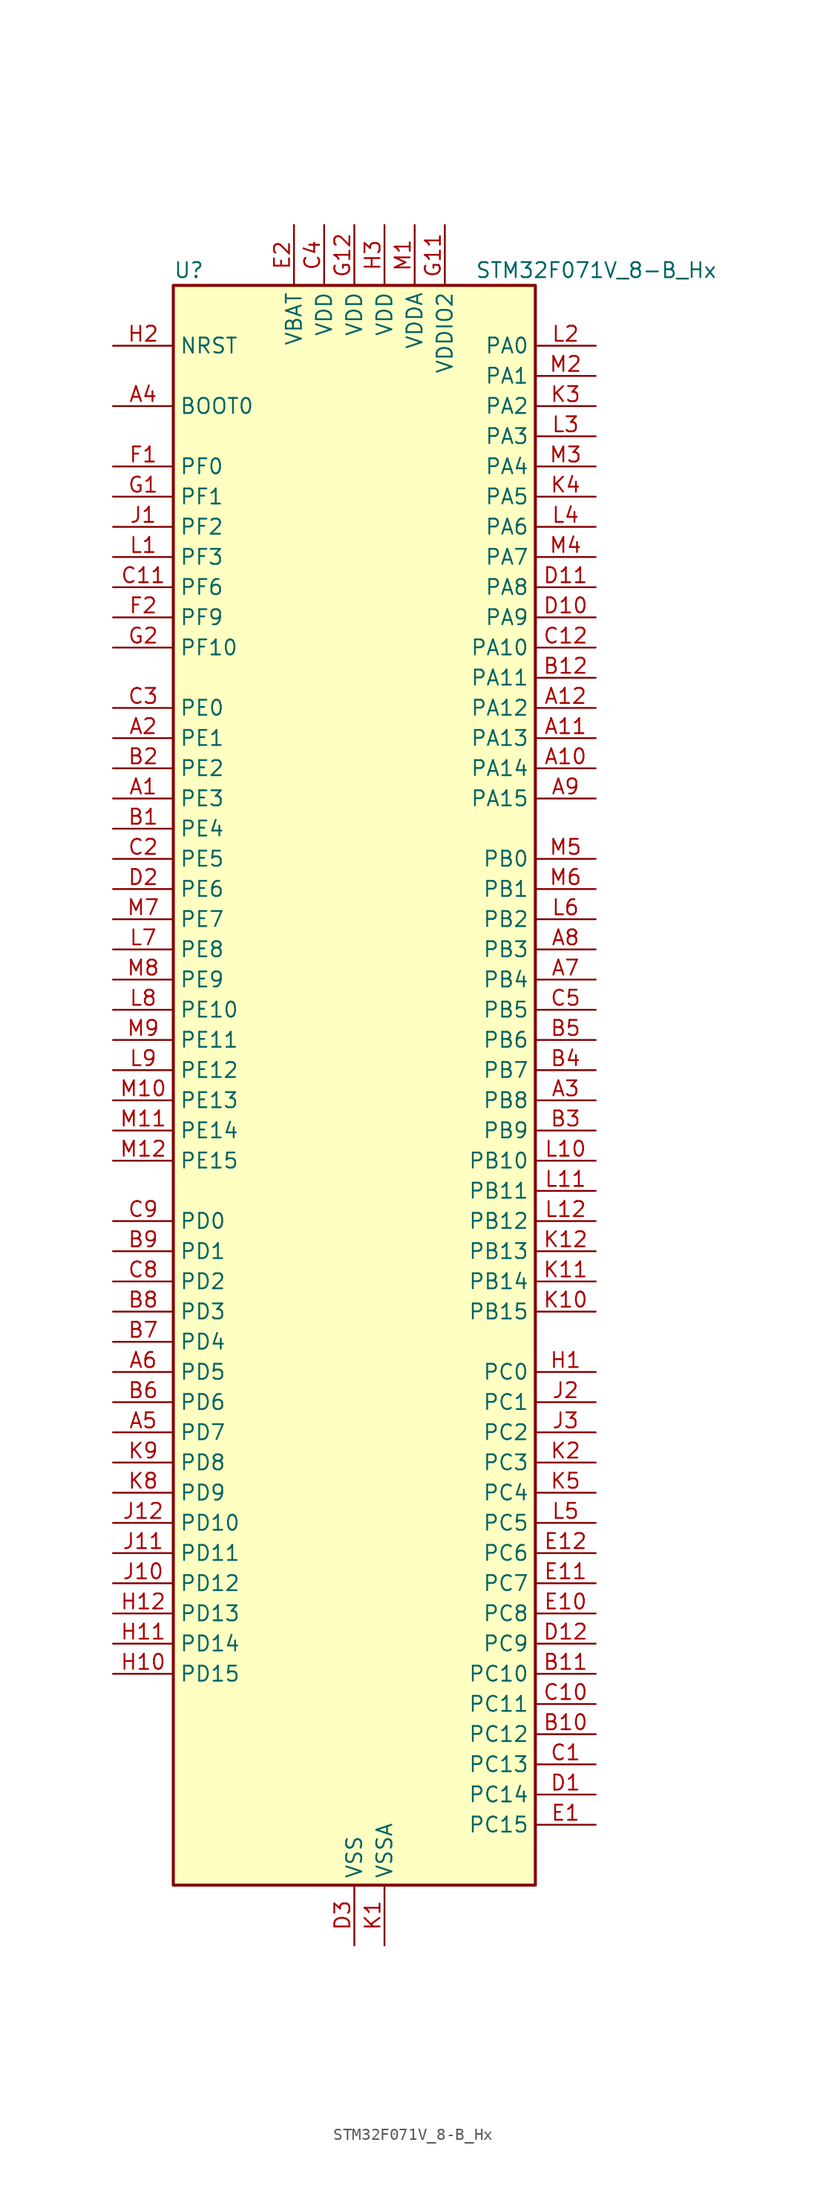
<source format=kicad_sym>
(kicad_symbol_lib
  (version 20241209)
  (generator "kicad_symbol_editor")
  (generator_version "9.0")
  (symbol "STM32F071V_8-B_Hx"
    (property "Reference" "U"
      (at -15.24 69.85 0)
      (effects (font (size 1.27 1.27)) (justify left)))
    (property "Value" "STM32F071V_8-B_Hx"
      (at 10.16 69.85 0)
      (effects (font (size 1.27 1.27)) (justify left)))
    (symbol "STM32F071V_8-B_Hx_0_1"
      (rectangle (start -15.24 -66.04) (end 15.24 68.58) (stroke (width 0.254) (type default)) (fill (type background))))
    (symbol "STM32F071V_8-B_Hx_1_1"
      (pin input line (at -20.32 63.5 0) (length 5.08) (name "NRST" (effects (font (size 1.27 1.27)))) (number "H2" (effects (font (size 1.27 1.27)))))
      (pin input line (at -20.32 58.42 0) (length 5.08) (name "BOOT0" (effects (font (size 1.27 1.27)))) (number "A4" (effects (font (size 1.27 1.27)))))
      (pin bidirectional line (at -20.32 53.34 0) (length 5.08) (name "PF0" (effects (font (size 1.27 1.27)))) (number "F1" (effects (font (size 1.27 1.27)))) (alternate "CRS_SYNC" bidirectional line) (alternate "RCC_OSC_IN" bidirectional line))
      (pin bidirectional line (at -20.32 50.8 0) (length 5.08) (name "PF1" (effects (font (size 1.27 1.27)))) (number "G1" (effects (font (size 1.27 1.27)))) (alternate "RCC_OSC_OUT" bidirectional line))
      (pin bidirectional line (at -20.32 48.26 0) (length 5.08) (name "PF2" (effects (font (size 1.27 1.27)))) (number "J1" (effects (font (size 1.27 1.27)))) (alternate "SYS_WKUP8" bidirectional line))
      (pin bidirectional line (at -20.32 45.72 0) (length 5.08) (name "PF3" (effects (font (size 1.27 1.27)))) (number "L1" (effects (font (size 1.27 1.27)))))
      (pin bidirectional line (at -20.32 43.18 0) (length 5.08) (name "PF6" (effects (font (size 1.27 1.27)))) (number "C11" (effects (font (size 1.27 1.27)))))
      (pin bidirectional line (at -20.32 40.64 0) (length 5.08) (name "PF9" (effects (font (size 1.27 1.27)))) (number "F2" (effects (font (size 1.27 1.27)))) (alternate "DAC_EXTI9" bidirectional line) (alternate "TIM15_CH1" bidirectional line))
      (pin bidirectional line (at -20.32 38.1 0) (length 5.08) (name "PF10" (effects (font (size 1.27 1.27)))) (number "G2" (effects (font (size 1.27 1.27)))) (alternate "TIM15_CH2" bidirectional line))
      (pin bidirectional line (at -20.32 33.02 0) (length 5.08) (name "PE0" (effects (font (size 1.27 1.27)))) (number "C3" (effects (font (size 1.27 1.27)))) (alternate "TIM16_CH1" bidirectional line))
      (pin bidirectional line (at -20.32 30.48 0) (length 5.08) (name "PE1" (effects (font (size 1.27 1.27)))) (number "A2" (effects (font (size 1.27 1.27)))) (alternate "TIM17_CH1" bidirectional line))
      (pin bidirectional line (at -20.32 27.94 0) (length 5.08) (name "PE2" (effects (font (size 1.27 1.27)))) (number "B2" (effects (font (size 1.27 1.27)))) (alternate "TIM3_ETR" bidirectional line) (alternate "TSC_G7_IO1" bidirectional line))
      (pin bidirectional line (at -20.32 25.4 0) (length 5.08) (name "PE3" (effects (font (size 1.27 1.27)))) (number "A1" (effects (font (size 1.27 1.27)))) (alternate "TIM3_CH1" bidirectional line) (alternate "TSC_G7_IO2" bidirectional line))
      (pin bidirectional line (at -20.32 22.86 0) (length 5.08) (name "PE4" (effects (font (size 1.27 1.27)))) (number "B1" (effects (font (size 1.27 1.27)))) (alternate "TIM3_CH2" bidirectional line) (alternate "TSC_G7_IO3" bidirectional line))
      (pin bidirectional line (at -20.32 20.32 0) (length 5.08) (name "PE5" (effects (font (size 1.27 1.27)))) (number "C2" (effects (font (size 1.27 1.27)))) (alternate "TIM3_CH3" bidirectional line) (alternate "TSC_G7_IO4" bidirectional line))
      (pin bidirectional line (at -20.32 17.78 0) (length 5.08) (name "PE6" (effects (font (size 1.27 1.27)))) (number "D2" (effects (font (size 1.27 1.27)))) (alternate "RTC_TAMP3" bidirectional line) (alternate "SYS_WKUP3" bidirectional line) (alternate "TIM3_CH4" bidirectional line))
      (pin bidirectional line (at -20.32 15.24 0) (length 5.08) (name "PE7" (effects (font (size 1.27 1.27)))) (number "M7" (effects (font (size 1.27 1.27)))) (alternate "TIM1_ETR" bidirectional line))
      (pin bidirectional line (at -20.32 12.7 0) (length 5.08) (name "PE8" (effects (font (size 1.27 1.27)))) (number "L7" (effects (font (size 1.27 1.27)))) (alternate "TIM1_CH1N" bidirectional line))
      (pin bidirectional line (at -20.32 10.16 0) (length 5.08) (name "PE9" (effects (font (size 1.27 1.27)))) (number "M8" (effects (font (size 1.27 1.27)))) (alternate "DAC_EXTI9" bidirectional line) (alternate "TIM1_CH1" bidirectional line))
      (pin bidirectional line (at -20.32 7.62 0) (length 5.08) (name "PE10" (effects (font (size 1.27 1.27)))) (number "L8" (effects (font (size 1.27 1.27)))) (alternate "TIM1_CH2N" bidirectional line))
      (pin bidirectional line (at -20.32 5.08 0) (length 5.08) (name "PE11" (effects (font (size 1.27 1.27)))) (number "M9" (effects (font (size 1.27 1.27)))) (alternate "TIM1_CH2" bidirectional line))
      (pin bidirectional line (at -20.32 2.54 0) (length 5.08) (name "PE12" (effects (font (size 1.27 1.27)))) (number "L9" (effects (font (size 1.27 1.27)))) (alternate "I2S1_WS" bidirectional line) (alternate "SPI1_NSS" bidirectional line) (alternate "TIM1_CH3N" bidirectional line))
      (pin bidirectional line (at -20.32 0 0) (length 5.08) (name "PE13" (effects (font (size 1.27 1.27)))) (number "M10" (effects (font (size 1.27 1.27)))) (alternate "I2S1_CK" bidirectional line) (alternate "SPI1_SCK" bidirectional line) (alternate "TIM1_CH3" bidirectional line))
      (pin bidirectional line (at -20.32 -2.54 0) (length 5.08) (name "PE14" (effects (font (size 1.27 1.27)))) (number "M11" (effects (font (size 1.27 1.27)))) (alternate "I2S1_MCK" bidirectional line) (alternate "SPI1_MISO" bidirectional line) (alternate "TIM1_CH4" bidirectional line))
      (pin bidirectional line (at -20.32 -5.08 0) (length 5.08) (name "PE15" (effects (font (size 1.27 1.27)))) (number "M12" (effects (font (size 1.27 1.27)))) (alternate "I2S1_SD" bidirectional line) (alternate "SPI1_MOSI" bidirectional line) (alternate "TIM1_BKIN" bidirectional line))
      (pin bidirectional line (at -20.32 -10.16 0) (length 5.08) (name "PD0" (effects (font (size 1.27 1.27)))) (number "C9" (effects (font (size 1.27 1.27)))) (alternate "I2S2_WS" bidirectional line) (alternate "SPI2_NSS" bidirectional line))
      (pin bidirectional line (at -20.32 -12.7 0) (length 5.08) (name "PD1" (effects (font (size 1.27 1.27)))) (number "B9" (effects (font (size 1.27 1.27)))) (alternate "I2S2_CK" bidirectional line) (alternate "SPI2_SCK" bidirectional line))
      (pin bidirectional line (at -20.32 -15.24 0) (length 5.08) (name "PD2" (effects (font (size 1.27 1.27)))) (number "C8" (effects (font (size 1.27 1.27)))) (alternate "TIM3_ETR" bidirectional line) (alternate "USART3_DE" bidirectional line) (alternate "USART3_RTS" bidirectional line))
      (pin bidirectional line (at -20.32 -17.78 0) (length 5.08) (name "PD3" (effects (font (size 1.27 1.27)))) (number "B8" (effects (font (size 1.27 1.27)))) (alternate "I2S2_MCK" bidirectional line) (alternate "SPI2_MISO" bidirectional line) (alternate "USART2_CTS" bidirectional line))
      (pin bidirectional line (at -20.32 -20.32 0) (length 5.08) (name "PD4" (effects (font (size 1.27 1.27)))) (number "B7" (effects (font (size 1.27 1.27)))) (alternate "I2S2_SD" bidirectional line) (alternate "SPI2_MOSI" bidirectional line) (alternate "USART2_DE" bidirectional line) (alternate "USART2_RTS" bidirectional line))
      (pin bidirectional line (at -20.32 -22.86 0) (length 5.08) (name "PD5" (effects (font (size 1.27 1.27)))) (number "A6" (effects (font (size 1.27 1.27)))) (alternate "USART2_TX" bidirectional line))
      (pin bidirectional line (at -20.32 -25.4 0) (length 5.08) (name "PD6" (effects (font (size 1.27 1.27)))) (number "B6" (effects (font (size 1.27 1.27)))) (alternate "USART2_RX" bidirectional line))
      (pin bidirectional line (at -20.32 -27.94 0) (length 5.08) (name "PD7" (effects (font (size 1.27 1.27)))) (number "A5" (effects (font (size 1.27 1.27)))) (alternate "USART2_CK" bidirectional line))
      (pin bidirectional line (at -20.32 -30.48 0) (length 5.08) (name "PD8" (effects (font (size 1.27 1.27)))) (number "K9" (effects (font (size 1.27 1.27)))) (alternate "USART3_TX" bidirectional line))
      (pin bidirectional line (at -20.32 -33.02 0) (length 5.08) (name "PD9" (effects (font (size 1.27 1.27)))) (number "K8" (effects (font (size 1.27 1.27)))) (alternate "DAC_EXTI9" bidirectional line) (alternate "USART3_RX" bidirectional line))
      (pin bidirectional line (at -20.32 -35.56 0) (length 5.08) (name "PD10" (effects (font (size 1.27 1.27)))) (number "J12" (effects (font (size 1.27 1.27)))) (alternate "USART3_CK" bidirectional line))
      (pin bidirectional line (at -20.32 -38.1 0) (length 5.08) (name "PD11" (effects (font (size 1.27 1.27)))) (number "J11" (effects (font (size 1.27 1.27)))) (alternate "USART3_CTS" bidirectional line))
      (pin bidirectional line (at -20.32 -40.64 0) (length 5.08) (name "PD12" (effects (font (size 1.27 1.27)))) (number "J10" (effects (font (size 1.27 1.27)))) (alternate "TSC_G8_IO1" bidirectional line) (alternate "USART3_DE" bidirectional line) (alternate "USART3_RTS" bidirectional line))
      (pin bidirectional line (at -20.32 -43.18 0) (length 5.08) (name "PD13" (effects (font (size 1.27 1.27)))) (number "H12" (effects (font (size 1.27 1.27)))) (alternate "TSC_G8_IO2" bidirectional line))
      (pin bidirectional line (at -20.32 -45.72 0) (length 5.08) (name "PD14" (effects (font (size 1.27 1.27)))) (number "H11" (effects (font (size 1.27 1.27)))) (alternate "TSC_G8_IO3" bidirectional line))
      (pin bidirectional line (at -20.32 -48.26 0) (length 5.08) (name "PD15" (effects (font (size 1.27 1.27)))) (number "H10" (effects (font (size 1.27 1.27)))) (alternate "CRS_SYNC" bidirectional line) (alternate "TSC_G8_IO4" bidirectional line))
      (pin no_connect line (at -15.24 -66.04 0) (length 5.08) (hide yes) (name "NC" (effects (font (size 1.27 1.27)))) (number "E3" (effects (font (size 1.27 1.27)))))
      (pin power_in line (at -5.08 73.66 270) (length 5.08) (name "VBAT" (effects (font (size 1.27 1.27)))) (number "E2" (effects (font (size 1.27 1.27)))))
      (pin power_in line (at -2.54 73.66 270) (length 5.08) (name "VDD" (effects (font (size 1.27 1.27)))) (number "C4" (effects (font (size 1.27 1.27)))))
      (pin power_in line (at 0 73.66 270) (length 5.08) (name "VDD" (effects (font (size 1.27 1.27)))) (number "G12" (effects (font (size 1.27 1.27)))))
      (pin power_in line (at 0 -71.12 90) (length 5.08) (name "VSS" (effects (font (size 1.27 1.27)))) (number "D3" (effects (font (size 1.27 1.27)))))
      (pin passive line (at 0 -71.12 90) (length 5.08) (hide yes) (name "VSS" (effects (font (size 1.27 1.27)))) (number "F11" (effects (font (size 1.27 1.27)))))
      (pin passive line (at 0 -71.12 90) (length 5.08) (hide yes) (name "VSS" (effects (font (size 1.27 1.27)))) (number "F12" (effects (font (size 1.27 1.27)))))
      (pin power_in line (at 2.54 73.66 270) (length 5.08) (name "VDD" (effects (font (size 1.27 1.27)))) (number "H3" (effects (font (size 1.27 1.27)))))
      (pin power_in line (at 2.54 -71.12 90) (length 5.08) (name "VSSA" (effects (font (size 1.27 1.27)))) (number "K1" (effects (font (size 1.27 1.27)))))
      (pin power_in line (at 5.08 73.66 270) (length 5.08) (name "VDDA" (effects (font (size 1.27 1.27)))) (number "M1" (effects (font (size 1.27 1.27)))))
      (pin power_in line (at 7.62 73.66 270) (length 5.08) (name "VDDIO2" (effects (font (size 1.27 1.27)))) (number "G11" (effects (font (size 1.27 1.27)))))
      (pin bidirectional line (at 20.32 63.5 180) (length 5.08) (name "PA0" (effects (font (size 1.27 1.27)))) (number "L2" (effects (font (size 1.27 1.27)))) (alternate "ADC_IN0" bidirectional line) (alternate "COMP1_INM" bidirectional line) (alternate "COMP1_OUT" bidirectional line) (alternate "RTC_TAMP2" bidirectional line) (alternate "SYS_WKUP1" bidirectional line) (alternate "TIM2_CH1" bidirectional line) (alternate "TIM2_ETR" bidirectional line) (alternate "TSC_G1_IO1" bidirectional line) (alternate "USART2_CTS" bidirectional line) (alternate "USART4_TX" bidirectional line))
      (pin bidirectional line (at 20.32 60.96 180) (length 5.08) (name "PA1" (effects (font (size 1.27 1.27)))) (number "M2" (effects (font (size 1.27 1.27)))) (alternate "ADC_IN1" bidirectional line) (alternate "COMP1_INP" bidirectional line) (alternate "TIM15_CH1N" bidirectional line) (alternate "TIM2_CH2" bidirectional line) (alternate "TSC_G1_IO2" bidirectional line) (alternate "USART2_DE" bidirectional line) (alternate "USART2_RTS" bidirectional line) (alternate "USART4_RX" bidirectional line))
      (pin bidirectional line (at 20.32 58.42 180) (length 5.08) (name "PA2" (effects (font (size 1.27 1.27)))) (number "K3" (effects (font (size 1.27 1.27)))) (alternate "ADC_IN2" bidirectional line) (alternate "COMP2_INM" bidirectional line) (alternate "COMP2_OUT" bidirectional line) (alternate "SYS_WKUP4" bidirectional line) (alternate "TIM15_CH1" bidirectional line) (alternate "TIM2_CH3" bidirectional line) (alternate "TSC_G1_IO3" bidirectional line) (alternate "USART2_TX" bidirectional line))
      (pin bidirectional line (at 20.32 55.88 180) (length 5.08) (name "PA3" (effects (font (size 1.27 1.27)))) (number "L3" (effects (font (size 1.27 1.27)))) (alternate "ADC_IN3" bidirectional line) (alternate "COMP2_INP" bidirectional line) (alternate "TIM15_CH2" bidirectional line) (alternate "TIM2_CH4" bidirectional line) (alternate "TSC_G1_IO4" bidirectional line) (alternate "USART2_RX" bidirectional line))
      (pin bidirectional line (at 20.32 53.34 180) (length 5.08) (name "PA4" (effects (font (size 1.27 1.27)))) (number "M3" (effects (font (size 1.27 1.27)))) (alternate "ADC_IN4" bidirectional line) (alternate "COMP1_INM" bidirectional line) (alternate "COMP2_INM" bidirectional line) (alternate "DAC_OUT1" bidirectional line) (alternate "I2S1_WS" bidirectional line) (alternate "SPI1_NSS" bidirectional line) (alternate "TIM14_CH1" bidirectional line) (alternate "TSC_G2_IO1" bidirectional line) (alternate "USART2_CK" bidirectional line))
      (pin bidirectional line (at 20.32 50.8 180) (length 5.08) (name "PA5" (effects (font (size 1.27 1.27)))) (number "K4" (effects (font (size 1.27 1.27)))) (alternate "ADC_IN5" bidirectional line) (alternate "CEC" bidirectional line) (alternate "COMP1_INM" bidirectional line) (alternate "COMP2_INM" bidirectional line) (alternate "DAC_OUT2" bidirectional line) (alternate "I2S1_CK" bidirectional line) (alternate "SPI1_SCK" bidirectional line) (alternate "TIM2_CH1" bidirectional line) (alternate "TIM2_ETR" bidirectional line) (alternate "TSC_G2_IO2" bidirectional line))
      (pin bidirectional line (at 20.32 48.26 180) (length 5.08) (name "PA6" (effects (font (size 1.27 1.27)))) (number "L4" (effects (font (size 1.27 1.27)))) (alternate "ADC_IN6" bidirectional line) (alternate "COMP1_OUT" bidirectional line) (alternate "I2S1_MCK" bidirectional line) (alternate "SPI1_MISO" bidirectional line) (alternate "TIM16_CH1" bidirectional line) (alternate "TIM1_BKIN" bidirectional line) (alternate "TIM3_CH1" bidirectional line) (alternate "TSC_G2_IO3" bidirectional line) (alternate "USART3_CTS" bidirectional line))
      (pin bidirectional line (at 20.32 45.72 180) (length 5.08) (name "PA7" (effects (font (size 1.27 1.27)))) (number "M4" (effects (font (size 1.27 1.27)))) (alternate "ADC_IN7" bidirectional line) (alternate "COMP2_OUT" bidirectional line) (alternate "I2S1_SD" bidirectional line) (alternate "SPI1_MOSI" bidirectional line) (alternate "TIM14_CH1" bidirectional line) (alternate "TIM17_CH1" bidirectional line) (alternate "TIM1_CH1N" bidirectional line) (alternate "TIM3_CH2" bidirectional line) (alternate "TSC_G2_IO4" bidirectional line))
      (pin bidirectional line (at 20.32 43.18 180) (length 5.08) (name "PA8" (effects (font (size 1.27 1.27)))) (number "D11" (effects (font (size 1.27 1.27)))) (alternate "CRS_SYNC" bidirectional line) (alternate "RCC_MCO" bidirectional line) (alternate "TIM1_CH1" bidirectional line) (alternate "USART1_CK" bidirectional line))
      (pin bidirectional line (at 20.32 40.64 180) (length 5.08) (name "PA9" (effects (font (size 1.27 1.27)))) (number "D10" (effects (font (size 1.27 1.27)))) (alternate "DAC_EXTI9" bidirectional line) (alternate "TIM15_BKIN" bidirectional line) (alternate "TIM1_CH2" bidirectional line) (alternate "TSC_G4_IO1" bidirectional line) (alternate "USART1_TX" bidirectional line))
      (pin bidirectional line (at 20.32 38.1 180) (length 5.08) (name "PA10" (effects (font (size 1.27 1.27)))) (number "C12" (effects (font (size 1.27 1.27)))) (alternate "TIM17_BKIN" bidirectional line) (alternate "TIM1_CH3" bidirectional line) (alternate "TSC_G4_IO2" bidirectional line) (alternate "USART1_RX" bidirectional line))
      (pin bidirectional line (at 20.32 35.56 180) (length 5.08) (name "PA11" (effects (font (size 1.27 1.27)))) (number "B12" (effects (font (size 1.27 1.27)))) (alternate "COMP1_OUT" bidirectional line) (alternate "TIM1_CH4" bidirectional line) (alternate "TSC_G4_IO3" bidirectional line) (alternate "USART1_CTS" bidirectional line))
      (pin bidirectional line (at 20.32 33.02 180) (length 5.08) (name "PA12" (effects (font (size 1.27 1.27)))) (number "A12" (effects (font (size 1.27 1.27)))) (alternate "COMP2_OUT" bidirectional line) (alternate "TIM1_ETR" bidirectional line) (alternate "TSC_G4_IO4" bidirectional line) (alternate "USART1_DE" bidirectional line) (alternate "USART1_RTS" bidirectional line))
      (pin bidirectional line (at 20.32 30.48 180) (length 5.08) (name "PA13" (effects (font (size 1.27 1.27)))) (number "A11" (effects (font (size 1.27 1.27)))) (alternate "IR_OUT" bidirectional line) (alternate "SYS_SWDIO" bidirectional line))
      (pin bidirectional line (at 20.32 27.94 180) (length 5.08) (name "PA14" (effects (font (size 1.27 1.27)))) (number "A10" (effects (font (size 1.27 1.27)))) (alternate "SYS_SWCLK" bidirectional line) (alternate "USART2_TX" bidirectional line))
      (pin bidirectional line (at 20.32 25.4 180) (length 5.08) (name "PA15" (effects (font (size 1.27 1.27)))) (number "A9" (effects (font (size 1.27 1.27)))) (alternate "I2S1_WS" bidirectional line) (alternate "SPI1_NSS" bidirectional line) (alternate "TIM2_CH1" bidirectional line) (alternate "TIM2_ETR" bidirectional line) (alternate "USART2_RX" bidirectional line) (alternate "USART4_DE" bidirectional line) (alternate "USART4_RTS" bidirectional line))
      (pin bidirectional line (at 20.32 20.32 180) (length 5.08) (name "PB0" (effects (font (size 1.27 1.27)))) (number "M5" (effects (font (size 1.27 1.27)))) (alternate "ADC_IN8" bidirectional line) (alternate "TIM1_CH2N" bidirectional line) (alternate "TIM3_CH3" bidirectional line) (alternate "TSC_G3_IO2" bidirectional line) (alternate "USART3_CK" bidirectional line))
      (pin bidirectional line (at 20.32 17.78 180) (length 5.08) (name "PB1" (effects (font (size 1.27 1.27)))) (number "M6" (effects (font (size 1.27 1.27)))) (alternate "ADC_IN9" bidirectional line) (alternate "TIM14_CH1" bidirectional line) (alternate "TIM1_CH3N" bidirectional line) (alternate "TIM3_CH4" bidirectional line) (alternate "TSC_G3_IO3" bidirectional line) (alternate "USART3_DE" bidirectional line) (alternate "USART3_RTS" bidirectional line))
      (pin bidirectional line (at 20.32 15.24 180) (length 5.08) (name "PB2" (effects (font (size 1.27 1.27)))) (number "L6" (effects (font (size 1.27 1.27)))) (alternate "TSC_G3_IO4" bidirectional line))
      (pin bidirectional line (at 20.32 12.7 180) (length 5.08) (name "PB3" (effects (font (size 1.27 1.27)))) (number "A8" (effects (font (size 1.27 1.27)))) (alternate "I2S1_CK" bidirectional line) (alternate "SPI1_SCK" bidirectional line) (alternate "TIM2_CH2" bidirectional line) (alternate "TSC_G5_IO1" bidirectional line))
      (pin bidirectional line (at 20.32 10.16 180) (length 5.08) (name "PB4" (effects (font (size 1.27 1.27)))) (number "A7" (effects (font (size 1.27 1.27)))) (alternate "I2S1_MCK" bidirectional line) (alternate "SPI1_MISO" bidirectional line) (alternate "TIM17_BKIN" bidirectional line) (alternate "TIM3_CH1" bidirectional line) (alternate "TSC_G5_IO2" bidirectional line))
      (pin bidirectional line (at 20.32 7.62 180) (length 5.08) (name "PB5" (effects (font (size 1.27 1.27)))) (number "C5" (effects (font (size 1.27 1.27)))) (alternate "I2C1_SMBA" bidirectional line) (alternate "I2S1_SD" bidirectional line) (alternate "SPI1_MOSI" bidirectional line) (alternate "SYS_WKUP6" bidirectional line) (alternate "TIM16_BKIN" bidirectional line) (alternate "TIM3_CH2" bidirectional line))
      (pin bidirectional line (at 20.32 5.08 180) (length 5.08) (name "PB6" (effects (font (size 1.27 1.27)))) (number "B5" (effects (font (size 1.27 1.27)))) (alternate "I2C1_SCL" bidirectional line) (alternate "TIM16_CH1N" bidirectional line) (alternate "TSC_G5_IO3" bidirectional line) (alternate "USART1_TX" bidirectional line))
      (pin bidirectional line (at 20.32 2.54 180) (length 5.08) (name "PB7" (effects (font (size 1.27 1.27)))) (number "B4" (effects (font (size 1.27 1.27)))) (alternate "I2C1_SDA" bidirectional line) (alternate "TIM17_CH1N" bidirectional line) (alternate "TSC_G5_IO4" bidirectional line) (alternate "USART1_RX" bidirectional line) (alternate "USART4_CTS" bidirectional line))
      (pin bidirectional line (at 20.32 0 180) (length 5.08) (name "PB8" (effects (font (size 1.27 1.27)))) (number "A3" (effects (font (size 1.27 1.27)))) (alternate "CEC" bidirectional line) (alternate "I2C1_SCL" bidirectional line) (alternate "TIM16_CH1" bidirectional line) (alternate "TSC_SYNC" bidirectional line))
      (pin bidirectional line (at 20.32 -2.54 180) (length 5.08) (name "PB9" (effects (font (size 1.27 1.27)))) (number "B3" (effects (font (size 1.27 1.27)))) (alternate "DAC_EXTI9" bidirectional line) (alternate "I2C1_SDA" bidirectional line) (alternate "I2S2_WS" bidirectional line) (alternate "IR_OUT" bidirectional line) (alternate "SPI2_NSS" bidirectional line) (alternate "TIM17_CH1" bidirectional line))
      (pin bidirectional line (at 20.32 -5.08 180) (length 5.08) (name "PB10" (effects (font (size 1.27 1.27)))) (number "L10" (effects (font (size 1.27 1.27)))) (alternate "CEC" bidirectional line) (alternate "I2C2_SCL" bidirectional line) (alternate "I2S2_CK" bidirectional line) (alternate "SPI2_SCK" bidirectional line) (alternate "TIM2_CH3" bidirectional line) (alternate "TSC_SYNC" bidirectional line) (alternate "USART3_TX" bidirectional line))
      (pin bidirectional line (at 20.32 -7.62 180) (length 5.08) (name "PB11" (effects (font (size 1.27 1.27)))) (number "L11" (effects (font (size 1.27 1.27)))) (alternate "I2C2_SDA" bidirectional line) (alternate "TIM2_CH4" bidirectional line) (alternate "TSC_G6_IO1" bidirectional line) (alternate "USART3_RX" bidirectional line))
      (pin bidirectional line (at 20.32 -10.16 180) (length 5.08) (name "PB12" (effects (font (size 1.27 1.27)))) (number "L12" (effects (font (size 1.27 1.27)))) (alternate "I2S2_WS" bidirectional line) (alternate "SPI2_NSS" bidirectional line) (alternate "TIM15_BKIN" bidirectional line) (alternate "TIM1_BKIN" bidirectional line) (alternate "TSC_G6_IO2" bidirectional line) (alternate "USART3_CK" bidirectional line))
      (pin bidirectional line (at 20.32 -12.7 180) (length 5.08) (name "PB13" (effects (font (size 1.27 1.27)))) (number "K12" (effects (font (size 1.27 1.27)))) (alternate "I2C2_SCL" bidirectional line) (alternate "I2S2_CK" bidirectional line) (alternate "SPI2_SCK" bidirectional line) (alternate "TIM1_CH1N" bidirectional line) (alternate "TSC_G6_IO3" bidirectional line) (alternate "USART3_CTS" bidirectional line))
      (pin bidirectional line (at 20.32 -15.24 180) (length 5.08) (name "PB14" (effects (font (size 1.27 1.27)))) (number "K11" (effects (font (size 1.27 1.27)))) (alternate "I2C2_SDA" bidirectional line) (alternate "I2S2_MCK" bidirectional line) (alternate "SPI2_MISO" bidirectional line) (alternate "TIM15_CH1" bidirectional line) (alternate "TIM1_CH2N" bidirectional line) (alternate "TSC_G6_IO4" bidirectional line) (alternate "USART3_DE" bidirectional line) (alternate "USART3_RTS" bidirectional line))
      (pin bidirectional line (at 20.32 -17.78 180) (length 5.08) (name "PB15" (effects (font (size 1.27 1.27)))) (number "K10" (effects (font (size 1.27 1.27)))) (alternate "I2S2_SD" bidirectional line) (alternate "RTC_REFIN" bidirectional line) (alternate "SPI2_MOSI" bidirectional line) (alternate "SYS_WKUP7" bidirectional line) (alternate "TIM15_CH1N" bidirectional line) (alternate "TIM15_CH2" bidirectional line) (alternate "TIM1_CH3N" bidirectional line))
      (pin bidirectional line (at 20.32 -22.86 180) (length 5.08) (name "PC0" (effects (font (size 1.27 1.27)))) (number "H1" (effects (font (size 1.27 1.27)))) (alternate "ADC_IN10" bidirectional line))
      (pin bidirectional line (at 20.32 -25.4 180) (length 5.08) (name "PC1" (effects (font (size 1.27 1.27)))) (number "J2" (effects (font (size 1.27 1.27)))) (alternate "ADC_IN11" bidirectional line))
      (pin bidirectional line (at 20.32 -27.94 180) (length 5.08) (name "PC2" (effects (font (size 1.27 1.27)))) (number "J3" (effects (font (size 1.27 1.27)))) (alternate "ADC_IN12" bidirectional line) (alternate "I2S2_MCK" bidirectional line) (alternate "SPI2_MISO" bidirectional line))
      (pin bidirectional line (at 20.32 -30.48 180) (length 5.08) (name "PC3" (effects (font (size 1.27 1.27)))) (number "K2" (effects (font (size 1.27 1.27)))) (alternate "ADC_IN13" bidirectional line) (alternate "I2S2_SD" bidirectional line) (alternate "SPI2_MOSI" bidirectional line))
      (pin bidirectional line (at 20.32 -33.02 180) (length 5.08) (name "PC4" (effects (font (size 1.27 1.27)))) (number "K5" (effects (font (size 1.27 1.27)))) (alternate "ADC_IN14" bidirectional line) (alternate "USART3_TX" bidirectional line))
      (pin bidirectional line (at 20.32 -35.56 180) (length 5.08) (name "PC5" (effects (font (size 1.27 1.27)))) (number "L5" (effects (font (size 1.27 1.27)))) (alternate "ADC_IN15" bidirectional line) (alternate "SYS_WKUP5" bidirectional line) (alternate "TSC_G3_IO1" bidirectional line) (alternate "USART3_RX" bidirectional line))
      (pin bidirectional line (at 20.32 -38.1 180) (length 5.08) (name "PC6" (effects (font (size 1.27 1.27)))) (number "E12" (effects (font (size 1.27 1.27)))) (alternate "TIM3_CH1" bidirectional line))
      (pin bidirectional line (at 20.32 -40.64 180) (length 5.08) (name "PC7" (effects (font (size 1.27 1.27)))) (number "E11" (effects (font (size 1.27 1.27)))) (alternate "TIM3_CH2" bidirectional line))
      (pin bidirectional line (at 20.32 -43.18 180) (length 5.08) (name "PC8" (effects (font (size 1.27 1.27)))) (number "E10" (effects (font (size 1.27 1.27)))) (alternate "TIM3_CH3" bidirectional line))
      (pin bidirectional line (at 20.32 -45.72 180) (length 5.08) (name "PC9" (effects (font (size 1.27 1.27)))) (number "D12" (effects (font (size 1.27 1.27)))) (alternate "DAC_EXTI9" bidirectional line) (alternate "TIM3_CH4" bidirectional line))
      (pin bidirectional line (at 20.32 -48.26 180) (length 5.08) (name "PC10" (effects (font (size 1.27 1.27)))) (number "B11" (effects (font (size 1.27 1.27)))) (alternate "USART3_TX" bidirectional line) (alternate "USART4_TX" bidirectional line))
      (pin bidirectional line (at 20.32 -50.8 180) (length 5.08) (name "PC11" (effects (font (size 1.27 1.27)))) (number "C10" (effects (font (size 1.27 1.27)))) (alternate "USART3_RX" bidirectional line) (alternate "USART4_RX" bidirectional line))
      (pin bidirectional line (at 20.32 -53.34 180) (length 5.08) (name "PC12" (effects (font (size 1.27 1.27)))) (number "B10" (effects (font (size 1.27 1.27)))) (alternate "USART3_CK" bidirectional line) (alternate "USART4_CK" bidirectional line))
      (pin bidirectional line (at 20.32 -55.88 180) (length 5.08) (name "PC13" (effects (font (size 1.27 1.27)))) (number "C1" (effects (font (size 1.27 1.27)))) (alternate "RTC_OUT_ALARM" bidirectional line) (alternate "RTC_OUT_CALIB" bidirectional line) (alternate "RTC_TAMP1" bidirectional line) (alternate "RTC_TS" bidirectional line) (alternate "SYS_WKUP2" bidirectional line))
      (pin bidirectional line (at 20.32 -58.42 180) (length 5.08) (name "PC14" (effects (font (size 1.27 1.27)))) (number "D1" (effects (font (size 1.27 1.27)))) (alternate "RCC_OSC32_IN" bidirectional line))
      (pin bidirectional line (at 20.32 -60.96 180) (length 5.08) (name "PC15" (effects (font (size 1.27 1.27)))) (number "E1" (effects (font (size 1.27 1.27)))) (alternate "RCC_OSC32_OUT" bidirectional line)))))
</source>
